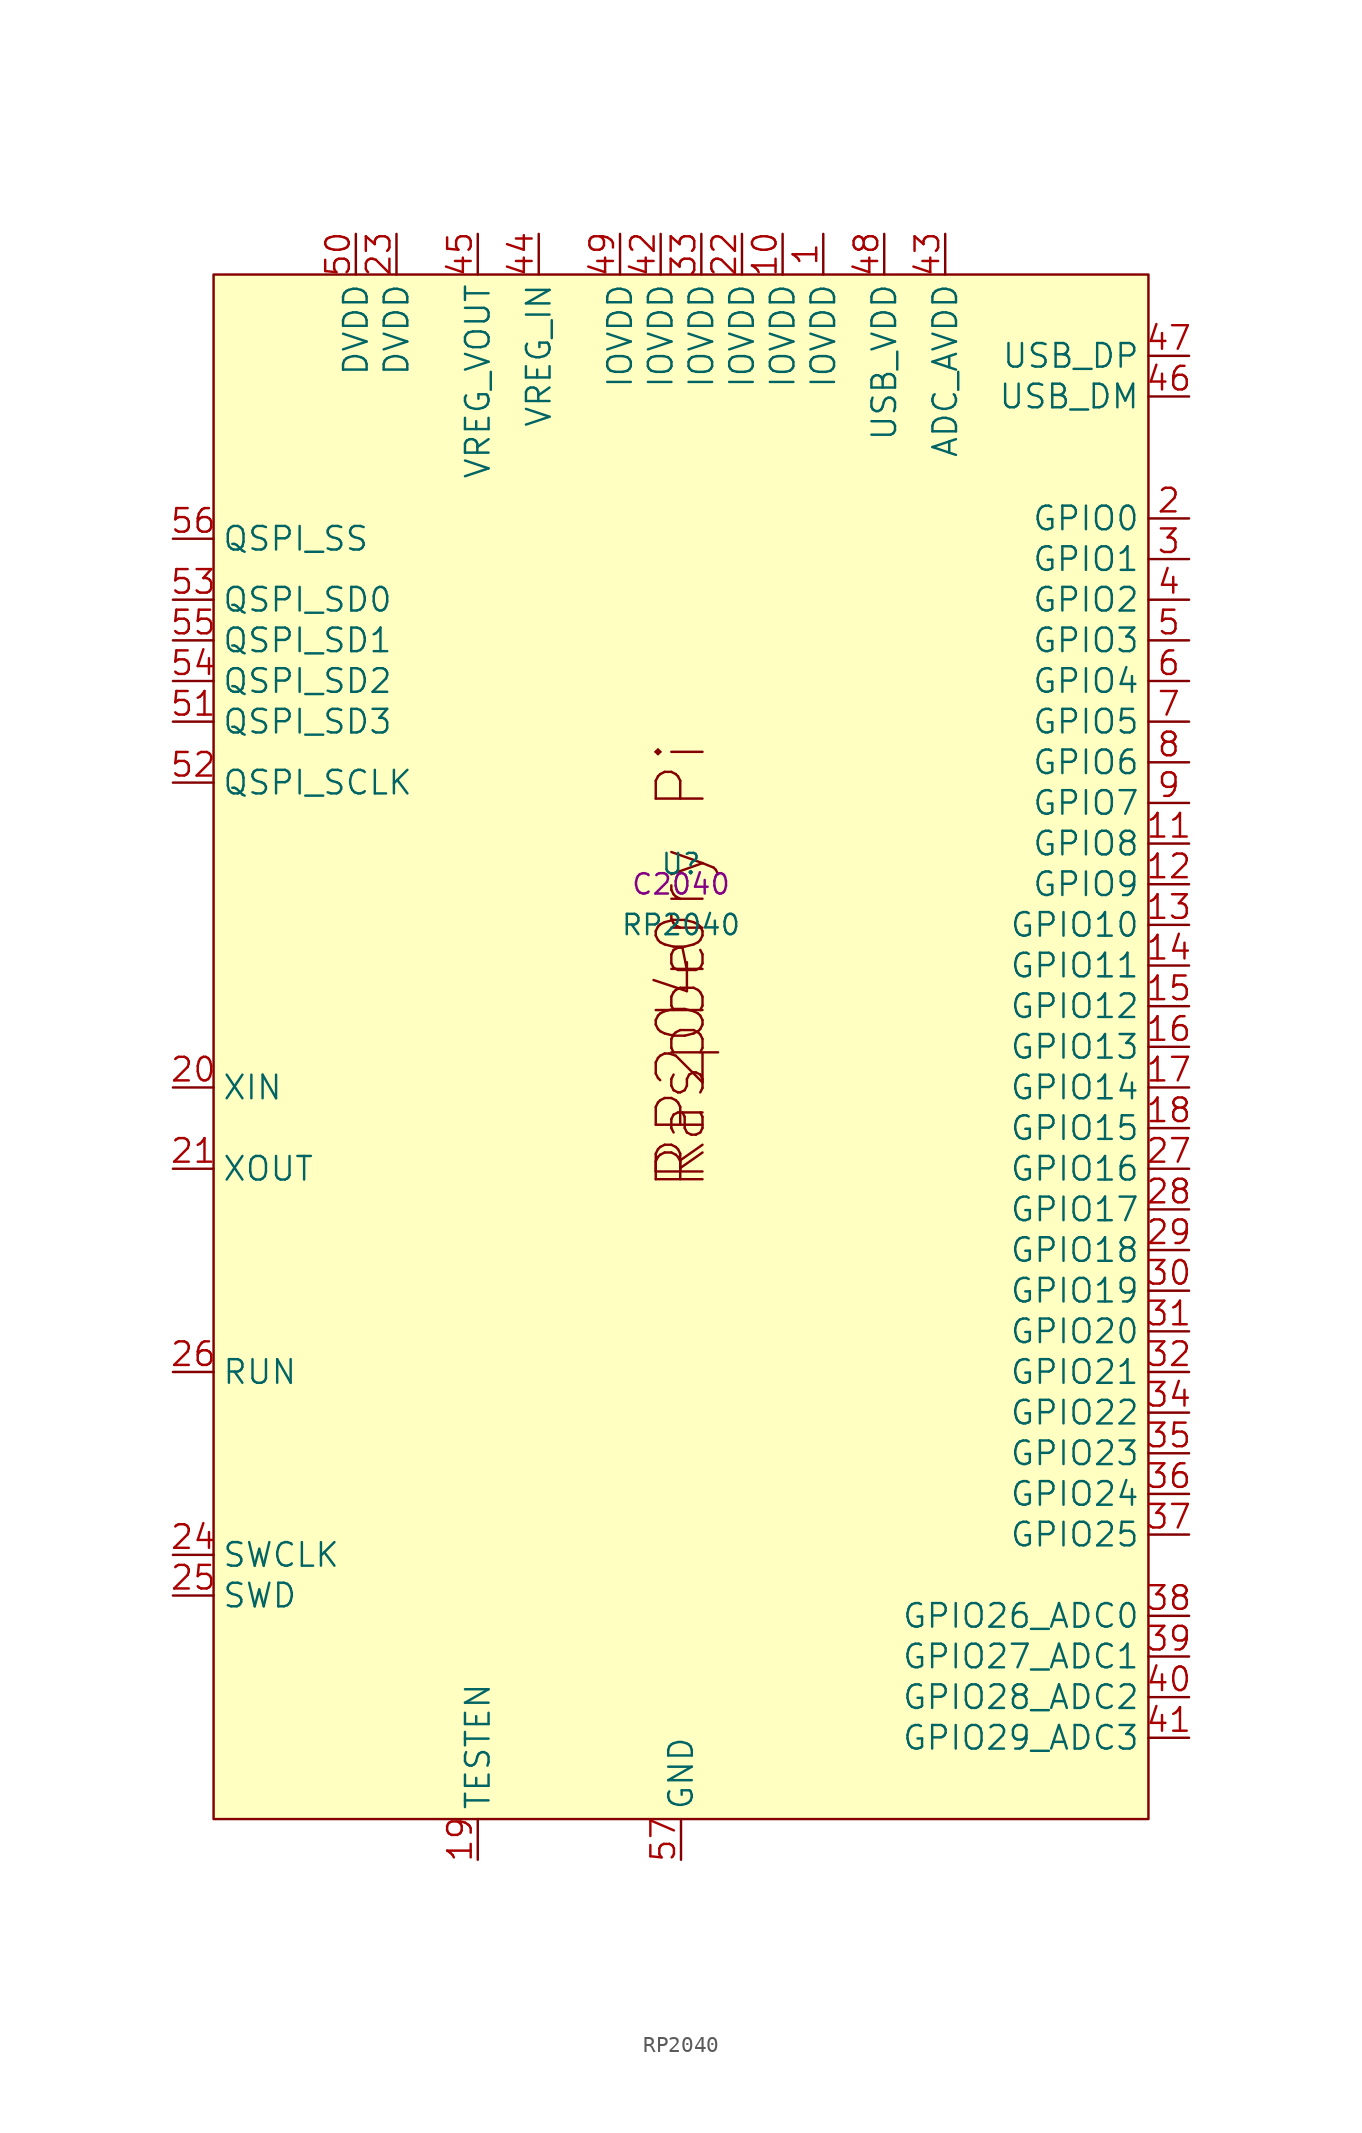
<source format=kicad_sym>
(kicad_symbol_lib
  (version 20231120)
  (generator "kicad_symbol_editor")
  (generator_version "8.0")
  (symbol "RP2040"
    (property "Reference" "U"
      (at 0 1.27 0)
      (effects (font (size 1.27 1.27))))
    (property "Value" "RP2040"
      (at 0 -2.54 0)
      (effects (font (size 1.27 1.27))))
    (property "LCSC" "C2040"
      (at 0 0 0)
      (effects (font (size 1.27 1.27))))
    (symbol "RP2040_0_0"
      (rectangle (start -29.21 38.1) (end 29.21 -58.42) (stroke (width 0) (type default)) (fill (type background)))
      (text "Raspberry Pi" (at 0 -5.08 1800) (effects (font (size 2.921 2.921))))
      (text "RP2040" (at 0 -10.16 1800) (effects (font (size 2.921 2.921))))
      (pin bidirectional line (at 8.89 40.64 270) (length 2.54) (name "IOVDD" (effects (font (size 1.473 1.473)))) (number "1" (effects (font (size 1.473 1.473)))))
      (pin bidirectional line (at 6.35 40.64 270) (length 2.54) (name "IOVDD" (effects (font (size 1.473 1.473)))) (number "10" (effects (font (size 1.473 1.473)))))
      (pin bidirectional line (at 31.75 2.54 180) (length 2.54) (name "GPIO8" (effects (font (size 1.473 1.473)))) (number "11" (effects (font (size 1.473 1.473)))))
      (pin bidirectional line (at 31.75 0 180) (length 2.54) (name "GPIO9" (effects (font (size 1.473 1.473)))) (number "12" (effects (font (size 1.473 1.473)))))
      (pin bidirectional line (at 31.75 -2.54 180) (length 2.54) (name "GPIO10" (effects (font (size 1.473 1.473)))) (number "13" (effects (font (size 1.473 1.473)))))
      (pin bidirectional line (at 31.75 -5.08 180) (length 2.54) (name "GPIO11" (effects (font (size 1.473 1.473)))) (number "14" (effects (font (size 1.473 1.473)))))
      (pin bidirectional line (at 31.75 -7.62 180) (length 2.54) (name "GPIO12" (effects (font (size 1.473 1.473)))) (number "15" (effects (font (size 1.473 1.473)))))
      (pin bidirectional line (at 31.75 -10.16 180) (length 2.54) (name "GPIO13" (effects (font (size 1.473 1.473)))) (number "16" (effects (font (size 1.473 1.473)))))
      (pin bidirectional line (at 31.75 -12.7 180) (length 2.54) (name "GPIO14" (effects (font (size 1.473 1.473)))) (number "17" (effects (font (size 1.473 1.473)))))
      (pin bidirectional line (at 31.75 -15.24 180) (length 2.54) (name "GPIO15" (effects (font (size 1.473 1.473)))) (number "18" (effects (font (size 1.473 1.473)))))
      (pin unspecified line (at -12.7 -60.96 90) (length 2.54) (name "TESTEN" (effects (font (size 1.473 1.473)))) (number "19" (effects (font (size 1.473 1.473)))))
      (pin bidirectional line (at 31.75 22.86 180) (length 2.54) (name "GPIO0" (effects (font (size 1.473 1.473)))) (number "2" (effects (font (size 1.473 1.473)))))
      (pin input line (at -31.75 -12.7 0) (length 2.54) (name "XIN" (effects (font (size 1.473 1.473)))) (number "20" (effects (font (size 1.473 1.473)))))
      (pin unspecified line (at -31.75 -17.78 0) (length 2.54) (name "XOUT" (effects (font (size 1.473 1.473)))) (number "21" (effects (font (size 1.473 1.473)))))
      (pin bidirectional line (at 3.81 40.64 270) (length 2.54) (name "IOVDD" (effects (font (size 1.473 1.473)))) (number "22" (effects (font (size 1.473 1.473)))))
      (pin bidirectional line (at -17.78 40.64 270) (length 2.54) (name "DVDD" (effects (font (size 1.473 1.473)))) (number "23" (effects (font (size 1.473 1.473)))))
      (pin output line (at -31.75 -41.91 0) (length 2.54) (name "SWCLK" (effects (font (size 1.473 1.473)))) (number "24" (effects (font (size 1.473 1.473)))))
      (pin bidirectional line (at -31.75 -44.45 0) (length 2.54) (name "SWD" (effects (font (size 1.473 1.473)))) (number "25" (effects (font (size 1.473 1.473)))))
      (pin input line (at -31.75 -30.48 0) (length 2.54) (name "RUN" (effects (font (size 1.473 1.473)))) (number "26" (effects (font (size 1.473 1.473)))))
      (pin bidirectional line (at 31.75 -17.78 180) (length 2.54) (name "GPIO16" (effects (font (size 1.473 1.473)))) (number "27" (effects (font (size 1.473 1.473)))))
      (pin bidirectional line (at 31.75 -20.32 180) (length 2.54) (name "GPIO17" (effects (font (size 1.473 1.473)))) (number "28" (effects (font (size 1.473 1.473)))))
      (pin bidirectional line (at 31.75 -22.86 180) (length 2.54) (name "GPIO18" (effects (font (size 1.473 1.473)))) (number "29" (effects (font (size 1.473 1.473)))))
      (pin bidirectional line (at 31.75 20.32 180) (length 2.54) (name "GPIO1" (effects (font (size 1.473 1.473)))) (number "3" (effects (font (size 1.473 1.473)))))
      (pin bidirectional line (at 31.75 -25.4 180) (length 2.54) (name "GPIO19" (effects (font (size 1.473 1.473)))) (number "30" (effects (font (size 1.473 1.473)))))
      (pin bidirectional line (at 31.75 -27.94 180) (length 2.54) (name "GPIO20" (effects (font (size 1.473 1.473)))) (number "31" (effects (font (size 1.473 1.473)))))
      (pin bidirectional line (at 31.75 -30.48 180) (length 2.54) (name "GPIO21" (effects (font (size 1.473 1.473)))) (number "32" (effects (font (size 1.473 1.473)))))
      (pin bidirectional line (at 1.27 40.64 270) (length 2.54) (name "IOVDD" (effects (font (size 1.473 1.473)))) (number "33" (effects (font (size 1.473 1.473)))))
      (pin bidirectional line (at 31.75 -33.02 180) (length 2.54) (name "GPIO22" (effects (font (size 1.473 1.473)))) (number "34" (effects (font (size 1.473 1.473)))))
      (pin bidirectional line (at 31.75 -35.56 180) (length 2.54) (name "GPIO23" (effects (font (size 1.473 1.473)))) (number "35" (effects (font (size 1.473 1.473)))))
      (pin bidirectional line (at 31.75 -38.1 180) (length 2.54) (name "GPIO24" (effects (font (size 1.473 1.473)))) (number "36" (effects (font (size 1.473 1.473)))))
      (pin bidirectional line (at 31.75 -40.64 180) (length 2.54) (name "GPIO25" (effects (font (size 1.473 1.473)))) (number "37" (effects (font (size 1.473 1.473)))))
      (pin bidirectional line (at 31.75 -45.72 180) (length 2.54) (name "GPIO26_ADC0" (effects (font (size 1.473 1.473)))) (number "38" (effects (font (size 1.473 1.473)))))
      (pin bidirectional line (at 31.75 -48.26 180) (length 2.54) (name "GPIO27_ADC1" (effects (font (size 1.473 1.473)))) (number "39" (effects (font (size 1.473 1.473)))))
      (pin bidirectional line (at 31.75 17.78 180) (length 2.54) (name "GPIO2" (effects (font (size 1.473 1.473)))) (number "4" (effects (font (size 1.473 1.473)))))
      (pin bidirectional line (at 31.75 -50.8 180) (length 2.54) (name "GPIO28_ADC2" (effects (font (size 1.473 1.473)))) (number "40" (effects (font (size 1.473 1.473)))))
      (pin bidirectional line (at 31.75 -53.34 180) (length 2.54) (name "GPIO29_ADC3" (effects (font (size 1.473 1.473)))) (number "41" (effects (font (size 1.473 1.473)))))
      (pin bidirectional line (at -1.27 40.64 270) (length 2.54) (name "IOVDD" (effects (font (size 1.473 1.473)))) (number "42" (effects (font (size 1.473 1.473)))))
      (pin bidirectional line (at 16.51 40.64 270) (length 2.54) (name "ADC_AVDD" (effects (font (size 1.473 1.473)))) (number "43" (effects (font (size 1.473 1.473)))))
      (pin bidirectional line (at -8.89 40.64 270) (length 2.54) (name "VREG_IN" (effects (font (size 1.473 1.473)))) (number "44" (effects (font (size 1.473 1.473)))))
      (pin bidirectional line (at -12.7 40.64 270) (length 2.54) (name "VREG_VOUT" (effects (font (size 1.473 1.473)))) (number "45" (effects (font (size 1.473 1.473)))))
      (pin bidirectional line (at 31.75 30.48 180) (length 2.54) (name "USB_DM" (effects (font (size 1.473 1.473)))) (number "46" (effects (font (size 1.473 1.473)))))
      (pin bidirectional line (at 31.75 33.02 180) (length 2.54) (name "USB_DP" (effects (font (size 1.473 1.473)))) (number "47" (effects (font (size 1.473 1.473)))))
      (pin bidirectional line (at 12.7 40.64 270) (length 2.54) (name "USB_VDD" (effects (font (size 1.473 1.473)))) (number "48" (effects (font (size 1.473 1.473)))))
      (pin bidirectional line (at -3.81 40.64 270) (length 2.54) (name "IOVDD" (effects (font (size 1.473 1.473)))) (number "49" (effects (font (size 1.473 1.473)))))
      (pin bidirectional line (at 31.75 15.24 180) (length 2.54) (name "GPIO3" (effects (font (size 1.473 1.473)))) (number "5" (effects (font (size 1.473 1.473)))))
      (pin bidirectional line (at -20.32 40.64 270) (length 2.54) (name "DVDD" (effects (font (size 1.473 1.473)))) (number "50" (effects (font (size 1.473 1.473)))))
      (pin bidirectional line (at -31.75 10.16 0) (length 2.54) (name "QSPI_SD3" (effects (font (size 1.473 1.473)))) (number "51" (effects (font (size 1.473 1.473)))))
      (pin output line (at -31.75 6.35 0) (length 2.54) (name "QSPI_SCLK" (effects (font (size 1.473 1.473)))) (number "52" (effects (font (size 1.473 1.473)))))
      (pin bidirectional line (at -31.75 17.78 0) (length 2.54) (name "QSPI_SD0" (effects (font (size 1.473 1.473)))) (number "53" (effects (font (size 1.473 1.473)))))
      (pin bidirectional line (at -31.75 12.7 0) (length 2.54) (name "QSPI_SD2" (effects (font (size 1.473 1.473)))) (number "54" (effects (font (size 1.473 1.473)))))
      (pin bidirectional line (at -31.75 15.24 0) (length 2.54) (name "QSPI_SD1" (effects (font (size 1.473 1.473)))) (number "55" (effects (font (size 1.473 1.473)))))
      (pin bidirectional line (at -31.75 21.59 0) (length 2.54) (name "QSPI_SS" (effects (font (size 1.473 1.473)))) (number "56" (effects (font (size 1.473 1.473)))))
      (pin bidirectional line (at 0 -60.96 90) (length 2.54) (name "GND" (effects (font (size 1.473 1.473)))) (number "57" (effects (font (size 1.473 1.473)))))
      (pin bidirectional line (at 31.75 12.7 180) (length 2.54) (name "GPIO4" (effects (font (size 1.473 1.473)))) (number "6" (effects (font (size 1.473 1.473)))))
      (pin bidirectional line (at 31.75 10.16 180) (length 2.54) (name "GPIO5" (effects (font (size 1.473 1.473)))) (number "7" (effects (font (size 1.473 1.473)))))
      (pin bidirectional line (at 31.75 7.62 180) (length 2.54) (name "GPIO6" (effects (font (size 1.473 1.473)))) (number "8" (effects (font (size 1.473 1.473)))))
      (pin bidirectional line (at 31.75 5.08 180) (length 2.54) (name "GPIO7" (effects (font (size 1.473 1.473)))) (number "9" (effects (font (size 1.473 1.473))))))))
</source>
